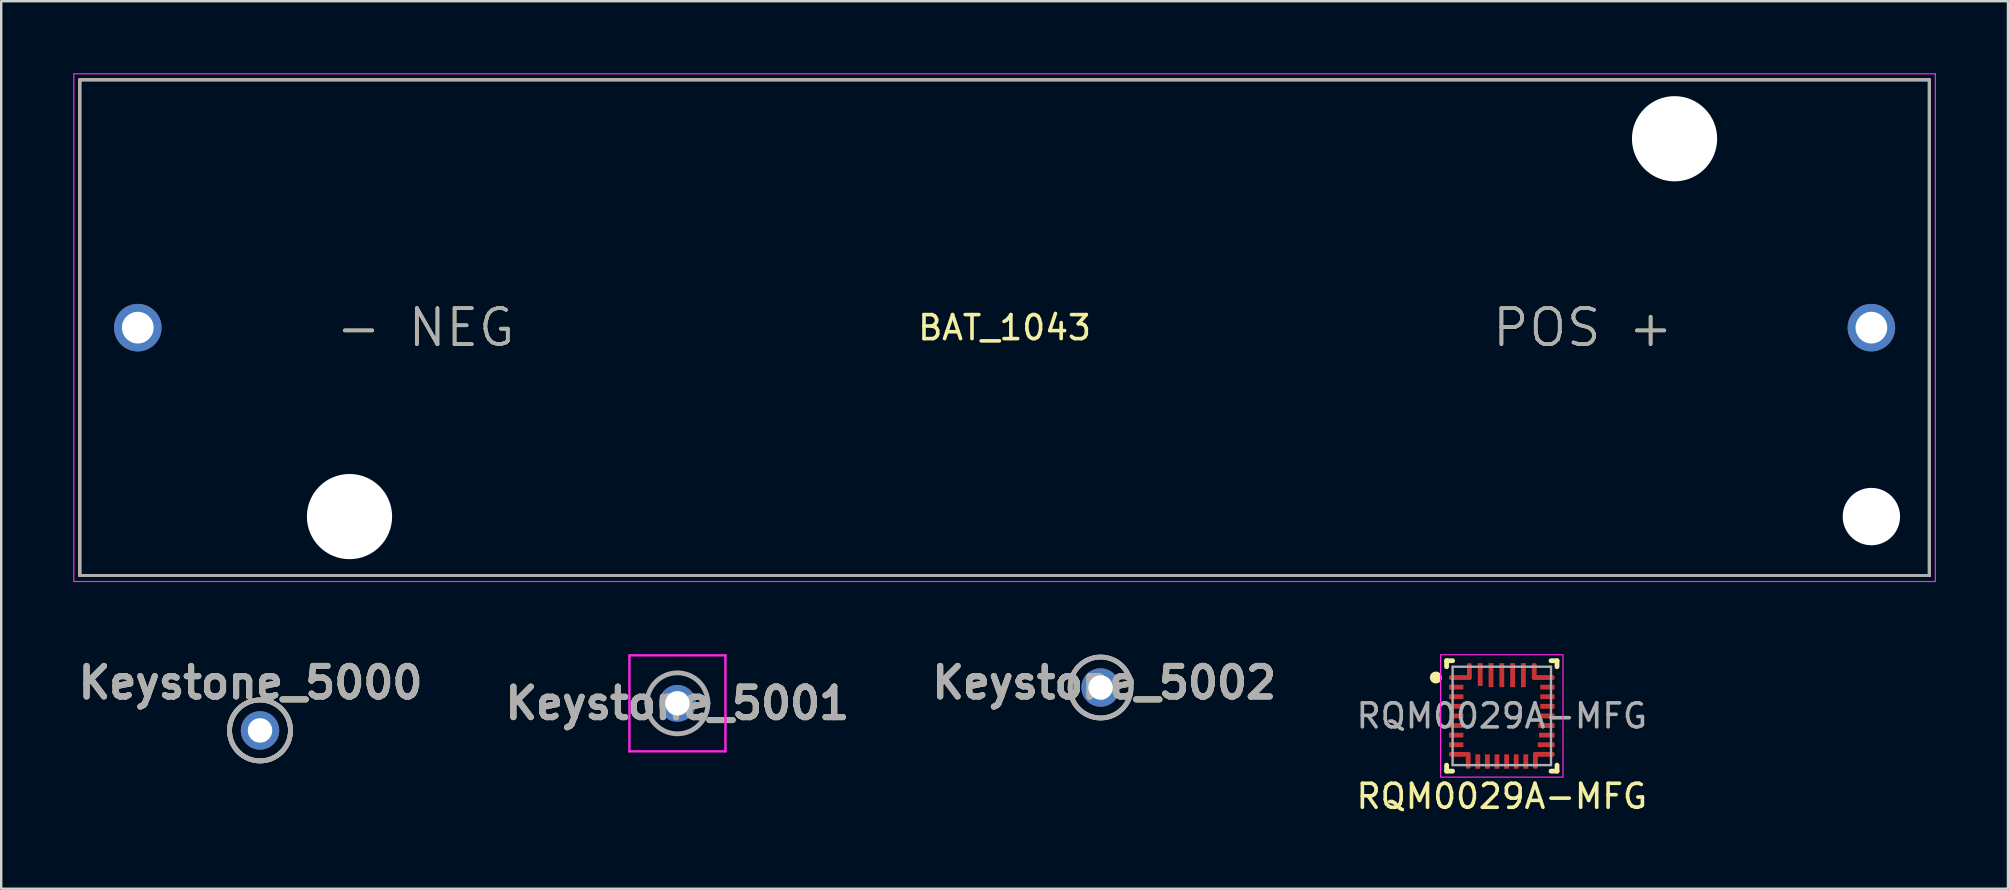
<source format=kicad_pcb>
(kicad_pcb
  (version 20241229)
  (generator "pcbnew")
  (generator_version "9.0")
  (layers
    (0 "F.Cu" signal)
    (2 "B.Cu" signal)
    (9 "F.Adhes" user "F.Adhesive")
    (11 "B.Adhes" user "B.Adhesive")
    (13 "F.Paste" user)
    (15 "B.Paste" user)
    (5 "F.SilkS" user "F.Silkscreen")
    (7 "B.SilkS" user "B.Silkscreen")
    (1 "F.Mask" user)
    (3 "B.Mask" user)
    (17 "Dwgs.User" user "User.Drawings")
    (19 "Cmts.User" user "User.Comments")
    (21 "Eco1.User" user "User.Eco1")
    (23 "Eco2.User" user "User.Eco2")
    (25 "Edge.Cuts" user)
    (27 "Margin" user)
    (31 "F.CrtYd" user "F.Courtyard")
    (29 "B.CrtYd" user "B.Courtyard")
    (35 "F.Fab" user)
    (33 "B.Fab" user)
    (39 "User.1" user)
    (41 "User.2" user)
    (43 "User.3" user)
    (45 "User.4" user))
  (footprint "Keystone_5000"
    (layer "F.Cu")
    (at 7.782 27.379)
    (property "Reference" "Keystone_5000" (at -0.392 -1.99 0) (layer "F.SilkS") (effects (font (size 1.27 1.27) (thickness 0.254))))
    (attr through_hole)
    (fp_circle (center 0 0) (end 0 1.27) (stroke (width 0.2) (type solid)) (fill no) (layer "F.SilkS"))
    (fp_circle (center 0 0) (end 0 1.27) (stroke (width 0.2) (type solid)) (fill no) (layer "F.Fab"))
    (fp_circle (center 0 0) (end 0 1.27) (stroke (width 0.2) (type solid)) (fill no) (layer "F.Fab"))
    (fp_text user "${REFERENCE}" (at -0.392 -1.99 0) (layer "F.Fab") (effects (font (size 1.27 1.27) (thickness 0.254))))
    (pad "1" thru_hole circle (at 0 0) (size 1.6 1.6) (drill 1.02) (layers "*.Cu" "*.Mask")))
  (footprint "RQM0029A-MFG"
    (layer "F.Cu")
    (at 59.514 26.775)
    (property "Reference" "RQM0029A-MFG" (at 0 3.35 0) (unlocked yes) (layer "F.SilkS") (effects (font (size 1 1) (thickness 0.15))))
    (attr smd)
    (fp_poly (pts (xy -2.2 -1.65) (xy -2.15 -1.7) (xy -1.45 -1.7) (xy -1.45 -2.15) (xy -1.4 -2.2) (xy -1.3 -2.2) (xy -1.25 -2.15) (xy -1.25 -1.55) (xy -1.3 -1.5) (xy -2.15 -1.5) (xy -2.2 -1.55)) (stroke (width 0) (type solid)) (fill yes) (layer "F.Cu"))
    (fp_poly (pts (xy -2.2 1.65) (xy -2.15 1.7) (xy -1.5 1.7) (xy -1.5 2.15) (xy -1.45 2.2) (xy -1.35 2.2) (xy -1.3 2.15) (xy -1.3 1.55) (xy -1.35 1.5) (xy -2.15 1.5) (xy -2.2 1.55)) (stroke (width 0) (type solid)) (fill yes) (layer "F.Cu"))
    (fp_poly (pts (xy 2.2 -1.65) (xy 2.15 -1.7) (xy 1.45 -1.7) (xy 1.45 -2.15) (xy 1.4 -2.2) (xy 1.3 -2.2) (xy 1.25 -2.15) (xy 1.25 -1.55) (xy 1.3 -1.5) (xy 2.15 -1.5) (xy 2.2 -1.55)) (stroke (width 0) (type solid)) (fill yes) (layer "F.Cu"))
    (fp_poly (pts (xy 2.2 1.65) (xy 2.15 1.7) (xy 1.5 1.7) (xy 1.5 2.15) (xy 1.45 2.2) (xy 1.35 2.2) (xy 1.3 2.15) (xy 1.3 1.55) (xy 1.35 1.5) (xy 2.15 1.5) (xy 2.2 1.55)) (stroke (width 0) (type solid)) (fill yes) (layer "F.Cu"))
    (fp_poly (pts (xy -2.2 -1.65) (xy -2.15 -1.7) (xy -1.45 -1.7) (xy -1.45 -2.15) (xy -1.4 -2.2) (xy -1.3 -2.2) (xy -1.25 -2.15) (xy -1.25 -1.55) (xy -1.3 -1.5) (xy -2.15 -1.5) (xy -2.2 -1.55)) (stroke (width 0) (type solid)) (fill yes) (layer "F.Mask"))
    (fp_poly (pts (xy -2.2 1.65) (xy -2.2 1.55) (xy -2.15 1.5) (xy -1.35 1.5) (xy -1.3 1.55) (xy -1.3 2.15) (xy -1.35 2.2) (xy -1.45 2.2) (xy -1.5 2.15) (xy -1.5 1.7) (xy -2.15 1.7)) (stroke (width 0) (type solid)) (fill yes) (layer "F.Mask"))
    (fp_poly (pts (xy 2.2 -1.65) (xy 2.2 -1.55) (xy 2.15 -1.5) (xy 1.3 -1.5) (xy 1.25 -1.55) (xy 1.25 -2.15) (xy 1.3 -2.2) (xy 1.4 -2.2) (xy 1.45 -2.15) (xy 1.45 -1.7) (xy 2.15 -1.7)) (stroke (width 0) (type solid)) (fill yes) (layer "F.Mask"))
    (fp_poly (pts (xy 2.2 1.65) (xy 2.15 1.7) (xy 1.5 1.7) (xy 1.5 2.15) (xy 1.45 2.2) (xy 1.35 2.2) (xy 1.3 2.15) (xy 1.3 1.55) (xy 1.35 1.5) (xy 2.15 1.5) (xy 2.2 1.55)) (stroke (width 0) (type solid)) (fill yes) (layer "F.Mask"))
    (fp_line (start -2.3 -2.3) (end -2.05 -2.3) (stroke (width 0.2) (type solid)) (layer "F.SilkS"))
    (fp_line (start -2.3 -2.05) (end -2.3 -2.3) (stroke (width 0.2) (type solid)) (layer "F.SilkS"))
    (fp_line (start -2.3 2.3) (end -2.3 2.05) (stroke (width 0.2) (type solid)) (layer "F.SilkS"))
    (fp_line (start -2.3 2.3) (end -2.05 2.3) (stroke (width 0.2) (type solid)) (layer "F.SilkS"))
    (fp_line (start 2.05 -2.3) (end 2.3 -2.3) (stroke (width 0.2) (type solid)) (layer "F.SilkS"))
    (fp_line (start 2.05 2.3) (end 2.3 2.3) (stroke (width 0.2) (type solid)) (layer "F.SilkS"))
    (fp_line (start 2.3 -2.05) (end 2.3 -2.3) (stroke (width 0.2) (type solid)) (layer "F.SilkS"))
    (fp_line (start 2.3 2.3) (end 2.3 2.05) (stroke (width 0.2) (type solid)) (layer "F.SilkS"))
    (fp_circle (center -2.75 -1.6) (end -2.625 -1.6) (stroke (width 0.25) (type solid)) (fill no) (layer "F.SilkS"))
    (fp_poly (pts (xy -2.2 -1.65) (xy -2.15 -1.7) (xy -1.45 -1.7) (xy -1.45 -2.15) (xy -1.4 -2.2) (xy -1.3 -2.2) (xy -1.25 -2.15) (xy -1.25 -1.55) (xy -1.3 -1.5) (xy -2.15 -1.5) (xy -2.2 -1.55)) (stroke (width 0) (type solid)) (fill yes) (layer "F.Paste"))
    (fp_poly (pts (xy -2.2 1.65) (xy -2.2 1.55) (xy -2.15 1.5) (xy -1.35 1.5) (xy -1.3 1.55) (xy -1.3 2.15) (xy -1.35 2.2) (xy -1.45 2.2) (xy -1.5 2.15) (xy -1.5 1.7) (xy -2.15 1.7)) (stroke (width 0) (type solid)) (fill yes) (layer "F.Paste"))
    (fp_poly (pts (xy 2.2 -1.65) (xy 2.2 -1.55) (xy 2.15 -1.5) (xy 1.3 -1.5) (xy 1.25 -1.55) (xy 1.25 -2.15) (xy 1.3 -2.2) (xy 1.4 -2.2) (xy 1.45 -2.15) (xy 1.45 -1.7) (xy 2.15 -1.7)) (stroke (width 0) (type solid)) (fill yes) (layer "F.Paste"))
    (fp_poly (pts (xy 2.2 1.65) (xy 2.15 1.7) (xy 1.5 1.7) (xy 1.5 2.15) (xy 1.45 2.2) (xy 1.35 2.2) (xy 1.3 2.15) (xy 1.3 1.55) (xy 1.35 1.5) (xy 2.15 1.5) (xy 2.2 1.55)) (stroke (width 0) (type solid)) (fill yes) (layer "F.Paste"))
    (fp_rect (start -2.55 -2.55) (end 2.55 2.55) (stroke (width 0.05) (type default)) (fill no) (layer "F.CrtYd"))
    (fp_line (start -2.05 -2.05) (end 2.05 -2.05) (stroke (width 0.1) (type solid)) (layer "F.Fab"))
    (fp_line (start -2.05 2.05) (end -2.05 -2.05) (stroke (width 0.1) (type solid)) (layer "F.Fab"))
    (fp_line (start -2.05 2.05) (end 2.05 2.05) (stroke (width 0.1) (type solid)) (layer "F.Fab"))
    (fp_line (start 2.05 2.05) (end 2.05 -2.05) (stroke (width 0.1) (type solid)) (layer "F.Fab"))
    (fp_text user "${REFERENCE}" (at 0 0 0) (unlocked yes) (layer "F.Fab") (effects (font (size 1 1) (thickness 0.15))))
    (pad "1" smd circle (at -1.369 -1.631) (size 0.192 0.192) (layers "F.Cu" "F.Mask" "F.Paste"))
    (pad "2" smd rect (at -1.9 -1.2) (size 0.6 0.2) (layers "F.Cu" "F.Mask" "F.Paste"))
    (pad "3" smd rect (at -1.9 -0.8) (size 0.6 0.2) (layers "F.Cu" "F.Mask" "F.Paste"))
    (pad "4" smd rect (at -1.9 -0.4) (size 0.6 0.2) (layers "F.Cu" "F.Mask" "F.Paste"))
    (pad "5" smd rect (at -1.9 0) (size 0.6 0.2) (layers "F.Cu" "F.Mask" "F.Paste"))
    (pad "6" smd rect (at -1.9 0.4) (size 0.6 0.2) (layers "F.Cu" "F.Mask" "F.Paste"))
    (pad "7" smd rect (at -1.9 0.8) (size 0.6 0.2) (layers "F.Cu" "F.Mask" "F.Paste"))
    (pad "8" smd rect (at -1.9 1.2) (size 0.6 0.2) (layers "F.Cu" "F.Mask" "F.Paste"))
    (pad "9" smd circle (at -1.412 1.763) (size 0.158 0.158) (layers "F.Cu" "F.Mask" "F.Paste"))
    (pad "10" smd rect (at -1 1.9 90) (size 0.6 0.2) (layers "F.Cu" "F.Mask" "F.Paste"))
    (pad "11" smd rect (at -0.6 1.9 90) (size 0.6 0.2) (layers "F.Cu" "F.Mask" "F.Paste"))
    (pad "12" smd rect (at -0.2 1.9 90) (size 0.6 0.2) (layers "F.Cu" "F.Mask" "F.Paste"))
    (pad "13" smd rect (at 0.2 1.9 90) (size 0.6 0.2) (layers "F.Cu" "F.Mask" "F.Paste"))
    (pad "14" smd rect (at 0.6 1.9 90) (size 0.6 0.2) (layers "F.Cu" "F.Mask" "F.Paste"))
    (pad "15" smd rect (at 1 1.9 90) (size 0.6 0.2) (layers "F.Cu" "F.Mask" "F.Paste"))
    (pad "16" smd circle (at 1.431 1.631) (size 0.175 0.175) (layers "F.Cu" "F.Mask" "F.Paste"))
    (pad "17" smd rect (at 1.85 1.2) (size 0.7 0.2) (layers "F.Cu" "F.Mask" "F.Paste"))
    (pad "18" smd rect (at 1.875 0.8) (size 0.65 0.2) (layers "F.Cu" "F.Mask" "F.Paste"))
    (pad "19" smd rect (at 1.86 0.4) (size 0.68 0.2) (layers "F.Cu" "F.Mask" "F.Paste"))
    (pad "20" smd rect (at 1.9 0) (size 0.6 0.2) (layers "F.Cu" "F.Mask" "F.Paste"))
    (pad "21" smd rect (at 1.9 -0.4) (size 0.6 0.2) (layers "F.Cu" "F.Mask" "F.Paste"))
    (pad "22" smd rect (at 1.9 -0.8) (size 0.6 0.2) (layers "F.Cu" "F.Mask" "F.Paste"))
    (pad "23" smd rect (at 1.9 -1.2) (size 0.6 0.2) (layers "F.Cu" "F.Mask" "F.Paste"))
    (pad "24" smd circle (at 1.381 -1.631) (size 0.175 0.175) (layers "F.Cu" "F.Mask" "F.Paste"))
    (pad "25" smd rect (at 0.9 -1.7) (size 0.2 1) (layers "F.Cu" "F.Mask" "F.Paste"))
    (pad "26" smd rect (at 0.45 -1.7) (size 0.2 1) (layers "F.Cu" "F.Mask" "F.Paste"))
    (pad "27" smd rect (at 0 -1.7) (size 0.2 1) (layers "F.Cu" "F.Mask" "F.Paste"))
    (pad "28" smd rect (at -0.45 -1.7) (size 0.2 1) (layers "F.Cu" "F.Mask" "F.Paste"))
    (pad "29" smd rect (at -0.9 -1.725) (size 0.2 0.95) (layers "F.Cu" "F.Mask" "F.Paste")))
  (footprint "BAT_1043"
    (layer "F.Cu")
    (at 38.8 10.6)
    (property "Reference" "BAT_1043" (at 0 0 0) (layer "F.SilkS") (effects (font (size 1 1) (thickness 0.15))))
    (attr through_hole)
    (fp_line (start -38.525 -10.325) (end -38.525 10.325) (stroke (width 0.127) (type solid)) (layer "F.SilkS"))
    (fp_line (start -38.525 10.325) (end 38.525 10.325) (stroke (width 0.127) (type solid)) (layer "F.SilkS"))
    (fp_line (start 38.525 -10.325) (end -38.525 -10.325) (stroke (width 0.127) (type solid)) (layer "F.SilkS"))
    (fp_line (start 38.525 10.325) (end 38.525 -10.325) (stroke (width 0.127) (type solid)) (layer "F.SilkS"))
    (fp_line (start -38.775 -10.575) (end -38.775 10.575) (stroke (width 0.05) (type solid)) (layer "F.CrtYd"))
    (fp_line (start -38.775 10.575) (end 38.775 10.575) (stroke (width 0.05) (type solid)) (layer "F.CrtYd"))
    (fp_line (start 38.775 -10.575) (end -38.775 -10.575) (stroke (width 0.05) (type solid)) (layer "F.CrtYd"))
    (fp_line (start 38.775 10.575) (end 38.775 -10.575) (stroke (width 0.05) (type solid)) (layer "F.CrtYd"))
    (fp_line (start -38.525 -10.325) (end -38.525 10.325) (stroke (width 0.127) (type solid)) (layer "F.Fab"))
    (fp_line (start -38.525 10.325) (end 38.525 10.325) (stroke (width 0.127) (type solid)) (layer "F.Fab"))
    (fp_line (start 38.525 -10.325) (end -38.525 -10.325) (stroke (width 0.127) (type solid)) (layer "F.Fab"))
    (fp_line (start 38.525 10.325) (end 38.525 -10.325) (stroke (width 0.127) (type solid)) (layer "F.Fab"))
    (fp_text user "POS +" (at 27.94 0 0) (unlocked yes) (layer "F.SilkS") (effects (font (size 1.5 1.5) (thickness 0.15)) (justify right)))
    (fp_text user "- NEG" (at -27.94 0 0) (unlocked yes) (layer "F.SilkS") (effects (font (size 1.5 1.5) (thickness 0.15)) (justify left)))
    (fp_text user "POS +" (at 27.94 0 0) (unlocked yes) (layer "F.Fab") (effects (font (size 1.5 1.5) (thickness 0.15)) (justify right)))
    (fp_text user "- NEG" (at -27.94 0 0) (unlocked yes) (layer "F.Fab") (effects (font (size 1.5 1.5) (thickness 0.15)) (justify left)))
    (pad "" np_thru_hole circle (at -27.29 7.87) (size 3.55 3.55) (drill 3.55) (layers "*.Cu" "*.Mask"))
    (pad "" np_thru_hole circle (at 27.91 -7.87) (size 3.55 3.55) (drill 3.55) (layers "*.Cu" "*.Mask"))
    (pad "" np_thru_hole circle (at 36.11 7.87) (size 2.39 2.39) (drill 2.39) (layers "*.Cu" "*.Mask"))
    (pad "N" thru_hole circle (at -36.11 0) (size 1.98 1.98) (drill 1.32) (layers "*.Cu" "*.Mask"))
    (pad "P" thru_hole circle (at 36.11 0) (size 1.98 1.98) (drill 1.32) (layers "*.Cu" "*.Mask")))
  (footprint "Keystone_5001"
    (layer "F.Cu")
    (at 25.171 26.25)
    (property "Reference" "Keystone_5001" (at 0 0 0) (layer "F.SilkS") (effects (font (size 1.27 1.27) (thickness 0.254))))
    (attr through_hole)
    (fp_line (start -1.27 0) (end -1.27 0) (stroke (width 0.1) (type solid)) (layer "F.SilkS"))
    (fp_line (start 1.27 0) (end 1.27 0) (stroke (width 0.1) (type solid)) (layer "F.SilkS"))
    (fp_arc (start -1.27 0) (mid 0 -1.27) (end 1.27 0) (stroke (width 0.1) (type solid)) (layer "F.SilkS"))
    (fp_arc (start 1.27 0) (mid 0 1.27) (end -1.27 0) (stroke (width 0.1) (type solid)) (layer "F.SilkS"))
    (fp_line (start -2 -2) (end 2 -2) (stroke (width 0.1) (type solid)) (layer "F.CrtYd"))
    (fp_line (start -2 2) (end -2 -2) (stroke (width 0.1) (type solid)) (layer "F.CrtYd"))
    (fp_line (start 2 -2) (end 2 2) (stroke (width 0.1) (type solid)) (layer "F.CrtYd"))
    (fp_line (start 2 2) (end -2 2) (stroke (width 0.1) (type solid)) (layer "F.CrtYd"))
    (fp_line (start -1.27 0) (end -1.27 0) (stroke (width 0.2) (type solid)) (layer "F.Fab"))
    (fp_line (start 1.27 0) (end 1.27 0) (stroke (width 0.2) (type solid)) (layer "F.Fab"))
    (fp_arc (start -1.27 0) (mid 0 -1.27) (end 1.27 0) (stroke (width 0.2) (type solid)) (layer "F.Fab"))
    (fp_arc (start 1.27 0) (mid 0 1.27) (end -1.27 0) (stroke (width 0.2) (type solid)) (layer "F.Fab"))
    (fp_text user "${REFERENCE}" (at 0 0 0) (layer "F.Fab") (effects (font (size 1.27 1.27) (thickness 0.254))))
    (pad "1" thru_hole circle (at 0 0) (size 1.53 1.53) (drill 1.02) (layers "*.Cu" "*.Mask")))
  (footprint "Keystone_5002"
    (layer "F.Cu")
    (at 42.8 25.591)
    (property "Reference" "Keystone_5002" (at 0.151 -0.202 0) (layer "F.SilkS") (effects (font (size 1.27 1.27) (thickness 0.254))))
    (attr through_hole)
    (fp_circle (center 0 0) (end 0 1.27) (stroke (width 0.2) (type solid)) (fill no) (layer "F.SilkS"))
    (fp_circle (center 0 0) (end 0 1.27) (stroke (width 0.2) (type solid)) (fill no) (layer "F.Fab"))
    (fp_text user "${REFERENCE}" (at 0.151 -0.202 0) (layer "F.Fab") (effects (font (size 1.27 1.27) (thickness 0.254))))
    (pad "1" thru_hole circle (at 0 0) (size 1.6 1.6) (drill 1.02) (layers "*.Cu" "*.Mask")))
  (gr_rect
    (start -3 -3)
    (end 80.6 33.973)
    (stroke (width 0.1) (type default))
    (fill no)
    (layer "Edge.Cuts")))
</source>
